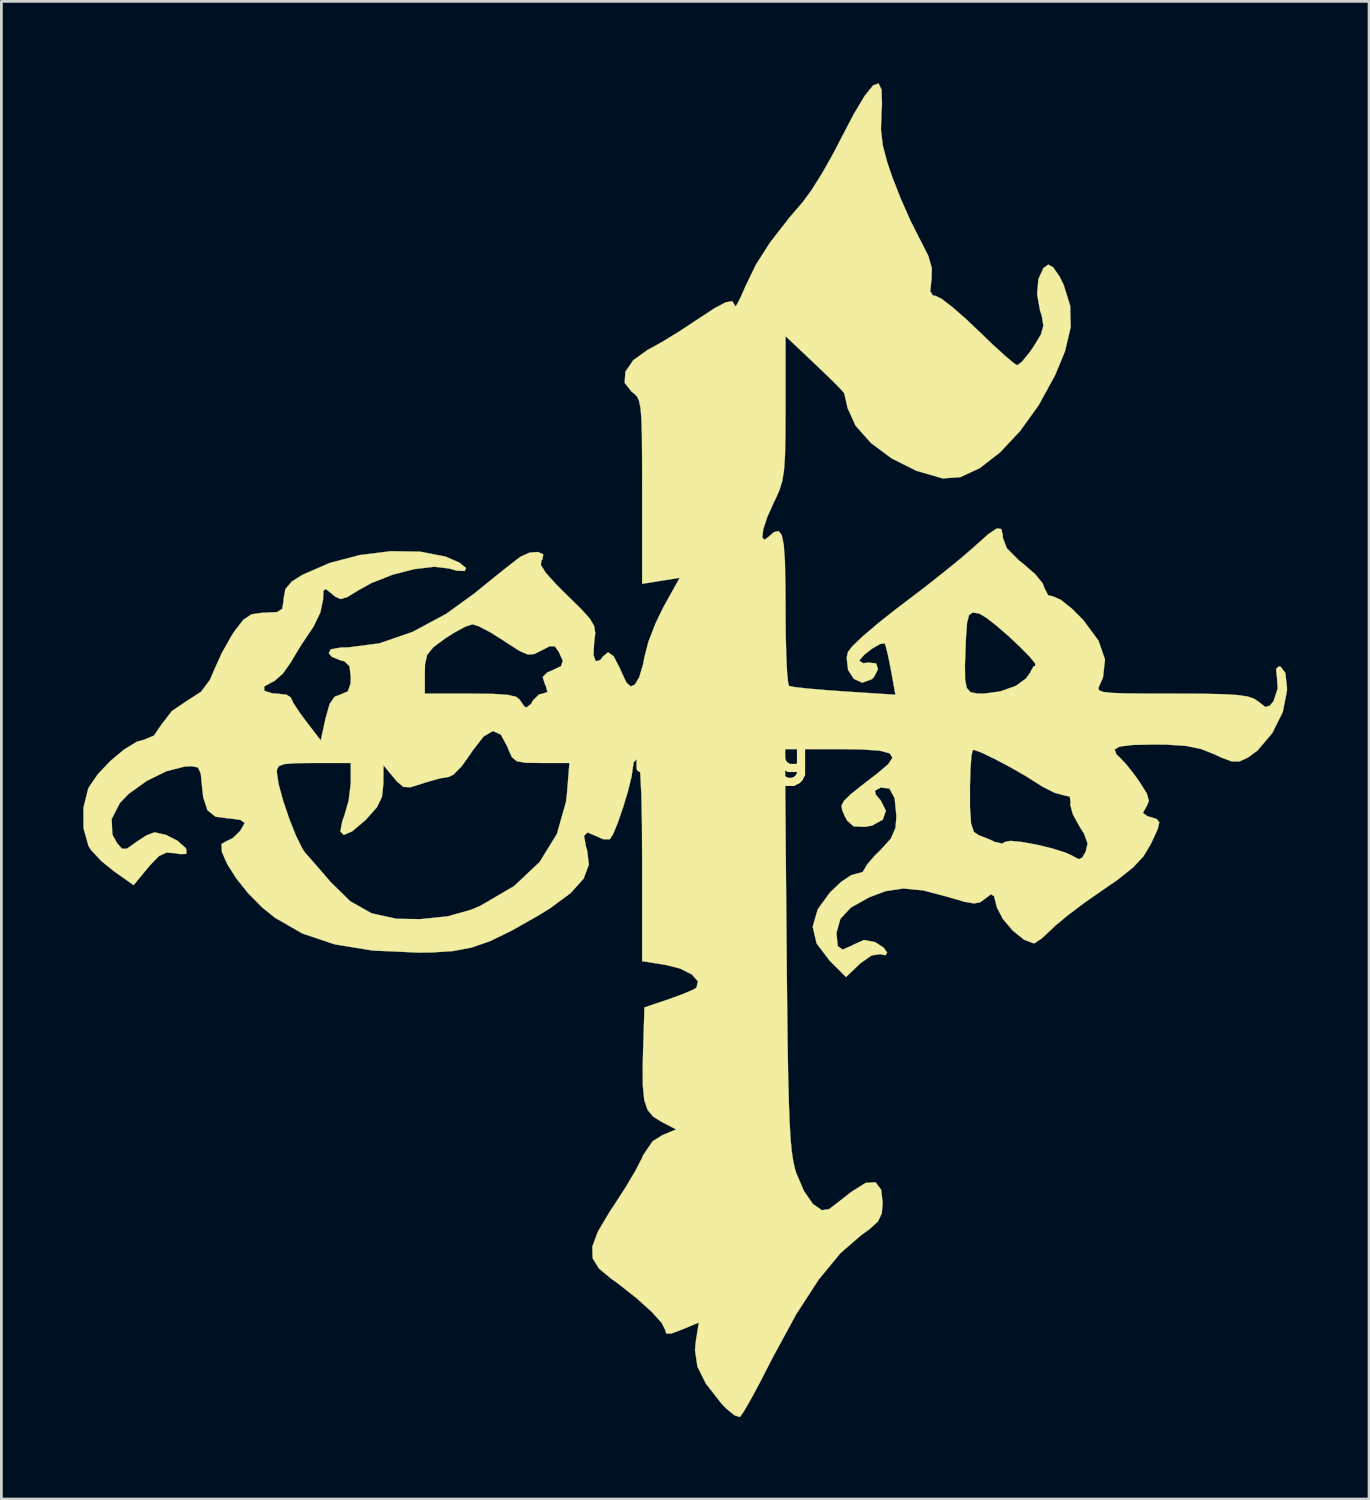
<source format=kicad_pcb>
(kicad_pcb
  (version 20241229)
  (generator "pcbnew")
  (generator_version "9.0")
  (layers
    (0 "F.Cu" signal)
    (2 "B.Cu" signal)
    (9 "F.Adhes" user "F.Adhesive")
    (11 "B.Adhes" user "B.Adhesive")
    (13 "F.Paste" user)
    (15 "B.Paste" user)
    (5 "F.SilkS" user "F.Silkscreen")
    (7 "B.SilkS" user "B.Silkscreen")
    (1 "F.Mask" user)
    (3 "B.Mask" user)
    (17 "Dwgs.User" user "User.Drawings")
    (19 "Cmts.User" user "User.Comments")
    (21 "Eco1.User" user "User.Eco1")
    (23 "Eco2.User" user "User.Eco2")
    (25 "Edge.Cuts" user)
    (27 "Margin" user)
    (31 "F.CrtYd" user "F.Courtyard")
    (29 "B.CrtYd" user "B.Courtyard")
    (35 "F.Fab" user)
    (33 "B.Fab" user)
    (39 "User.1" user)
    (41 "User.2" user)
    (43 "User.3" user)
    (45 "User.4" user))
  (footprint "FOBlg"
    (layer "F.Cu")
    (at 23.342 24.38)
    (property "Reference" "FOBlg" (at 0 0 0) (layer "F.SilkS") (effects (font (size 1.524 1.524) (thickness 0.3))))
    (attr through_hole)
    (fp_poly (pts (xy 5.887 -24.146) (xy 5.903 -23.617) (xy 5.886 -23.326) (xy 5.865 -22.687) (xy 5.93 -22.112) (xy 6.104 -21.46) (xy 6.285 -20.933) (xy 6.591 -20.153) (xy 6.944 -19.355) (xy 7.271 -18.704) (xy 7.292 -18.666) (xy 7.599 -18.062) (xy 7.73 -17.611) (xy 7.718 -17.198) (xy 7.711 -17.164) (xy 7.671 -16.768) (xy 7.766 -16.61) (xy 7.87 -16.595) (xy 8.094 -16.482) (xy 8.492 -16.176) (xy 9.003 -15.727) (xy 9.426 -15.325) (xy 9.967 -14.805) (xy 10.425 -14.388) (xy 10.743 -14.123) (xy 10.859 -14.055) (xy 11.028 -14.184) (xy 11.297 -14.513) (xy 11.453 -14.737) (xy 11.721 -15.176) (xy 11.813 -15.497) (xy 11.758 -15.851) (xy 11.689 -16.072) (xy 11.583 -16.66) (xy 11.631 -17.208) (xy 11.812 -17.61) (xy 11.994 -17.742) (xy 12.172 -17.64) (xy 12.406 -17.302) (xy 12.553 -17.008) (xy 12.794 -16.235) (xy 12.813 -15.448) (xy 12.604 -14.567) (xy 12.24 -13.687) (xy 11.644 -12.599) (xy 10.958 -11.645) (xy 10.224 -10.863) (xy 9.481 -10.288) (xy 8.769 -9.959) (xy 8.13 -9.912) (xy 8.128 -9.912) (xy 7.164 -10.191) (xy 6.265 -10.64) (xy 5.5 -11.208) (xy 4.936 -11.844) (xy 4.646 -12.484) (xy 4.562 -12.854) (xy 4.515 -13.039) (xy 4.387 -13.186) (xy 4.071 -13.505) (xy 3.624 -13.938) (xy 3.429 -14.123) (xy 2.371 -15.122) (xy 2.371 -12.5) (xy 2.367 -11.489) (xy 2.352 -10.749) (xy 2.316 -10.213) (xy 2.251 -9.814) (xy 2.15 -9.484) (xy 2.004 -9.157) (xy 1.948 -9.046) (xy 1.702 -8.497) (xy 1.555 -8.045) (xy 1.519 -7.749) (xy 1.602 -7.666) (xy 1.727 -7.755) (xy 1.95 -7.945) (xy 2.115 -7.986) (xy 2.231 -7.843) (xy 2.306 -7.484) (xy 2.349 -6.876) (xy 2.368 -5.986) (xy 2.371 -5.175) (xy 2.378 -4.239) (xy 2.398 -3.428) (xy 2.429 -2.799) (xy 2.468 -2.411) (xy 2.498 -2.313) (xy 2.709 -2.271) (xy 3.184 -2.218) (xy 3.85 -2.16) (xy 4.51 -2.113) (xy 6.396 -1.991) (xy 6.231 -2.9) (xy 6.195 -3.082) (xy 8.941 -3.082) (xy 8.947 -2.548) (xy 9.009 -2.235) (xy 9.148 -2.084) (xy 9.385 -2.036) (xy 9.638 -2.032) (xy 10.23 -2.112) (xy 10.781 -2.306) (xy 10.823 -2.328) (xy 11.171 -2.581) (xy 11.341 -2.811) (xy 11.344 -2.836) (xy 11.455 -3.033) (xy 11.519 -3.048) (xy 11.507 -3.146) (xy 11.297 -3.4) (xy 10.951 -3.751) (xy 10.533 -4.142) (xy 10.106 -4.512) (xy 9.733 -4.805) (xy 9.476 -4.96) (xy 9.454 -4.967) (xy 9.226 -5.001) (xy 9.091 -4.91) (xy 9.019 -4.629) (xy 8.98 -4.093) (xy 8.971 -3.895) (xy 8.941 -3.082) (xy 6.195 -3.082) (xy 6.129 -3.415) (xy 6.041 -3.774) (xy 6.002 -3.875) (xy 5.828 -3.846) (xy 5.533 -3.674) (xy 5.244 -3.447) (xy 5.085 -3.255) (xy 5.08 -3.229) (xy 5.215 -3.145) (xy 5.419 -3.168) (xy 5.688 -3.138) (xy 5.758 -2.926) (xy 5.611 -2.64) (xy 5.525 -2.558) (xy 5.181 -2.433) (xy 4.872 -2.572) (xy 4.661 -2.901) (xy 4.612 -3.347) (xy 4.656 -3.554) (xy 4.826 -3.775) (xy 5.218 -4.146) (xy 5.777 -4.621) (xy 6.452 -5.154) (xy 6.657 -5.309) (xy 7.427 -5.895) (xy 8.169 -6.479) (xy 8.806 -6.998) (xy 9.258 -7.389) (xy 9.299 -7.427) (xy 9.798 -7.872) (xy 10.109 -8.079) (xy 10.272 -8.059) (xy 10.327 -7.825) (xy 10.329 -7.736) (xy 10.475 -7.355) (xy 10.923 -6.904) (xy 11.091 -6.773) (xy 11.512 -6.406) (xy 11.789 -6.066) (xy 11.853 -5.895) (xy 11.988 -5.635) (xy 12.176 -5.588) (xy 12.447 -5.468) (xy 12.846 -5.154) (xy 13.277 -4.723) (xy 13.832 -3.969) (xy 14.069 -3.28) (xy 13.997 -2.625) (xy 13.879 -2.36) (xy 13.828 -2.239) (xy 13.854 -2.153) (xy 14 -2.095) (xy 14.312 -2.059) (xy 14.835 -2.04) (xy 15.613 -2.033) (xy 16.533 -2.032) (xy 17.599 -2.028) (xy 18.379 -2.012) (xy 18.925 -1.98) (xy 19.291 -1.927) (xy 19.527 -1.847) (xy 19.687 -1.738) (xy 19.942 -1.542) (xy 20.108 -1.591) (xy 20.242 -1.759) (xy 20.393 -2.216) (xy 20.371 -2.584) (xy 20.333 -2.934) (xy 20.434 -3.029) (xy 20.506 -3.012) (xy 20.674 -2.785) (xy 20.733 -2.251) (xy 20.733 -2.142) (xy 20.58 -1.361) (xy 20.194 -0.585) (xy 19.648 0.057) (xy 19.283 0.321) (xy 18.987 0.452) (xy 18.704 0.449) (xy 18.305 0.298) (xy 18.092 0.197) (xy 17.594 -0.001) (xy 17.047 -0.115) (xy 16.335 -0.164) (xy 15.864 -0.169) (xy 15.084 -0.153) (xy 14.613 -0.095) (xy 14.422 0.014) (xy 14.485 0.187) (xy 14.627 0.322) (xy 14.861 0.573) (xy 15.181 0.984) (xy 15.326 1.188) (xy 15.599 1.621) (xy 15.678 1.893) (xy 15.59 2.102) (xy 15.573 2.124) (xy 15.456 2.338) (xy 15.623 2.456) (xy 15.72 2.484) (xy 15.964 2.561) (xy 16.057 2.681) (xy 16.001 2.925) (xy 15.795 3.375) (xy 15.733 3.502) (xy 15.472 3.932) (xy 15.089 4.341) (xy 14.518 4.793) (xy 13.998 5.152) (xy 13.334 5.613) (xy 12.722 6.073) (xy 12.257 6.459) (xy 12.118 6.592) (xy 11.774 6.914) (xy 11.511 7.097) (xy 11.457 7.112) (xy 11.105 6.979) (xy 10.696 6.648) (xy 10.332 6.222) (xy 10.112 5.8) (xy 10.097 5.741) (xy 10.008 5.386) (xy 9.893 5.316) (xy 9.687 5.471) (xy 9.497 5.61) (xy 9.274 5.651) (xy 8.926 5.59) (xy 8.356 5.424) (xy 8.318 5.412) (xy 7.41 5.173) (xy 6.685 5.103) (xy 6.032 5.202) (xy 5.435 5.426) (xy 4.763 5.802) (xy 4.381 6.212) (xy 4.242 6.708) (xy 4.239 6.787) (xy 4.285 7.215) (xy 4.463 7.341) (xy 4.813 7.189) (xy 4.852 7.164) (xy 5.244 6.99) (xy 5.627 7.061) (xy 5.68 7.084) (xy 5.967 7.272) (xy 6.094 7.455) (xy 6.028 7.548) (xy 5.832 7.508) (xy 5.525 7.554) (xy 5.121 7.836) (xy 5.077 7.876) (xy 4.587 8.346) (xy 3.987 7.746) (xy 3.512 7.121) (xy 3.366 6.505) (xy 3.55 5.867) (xy 3.999 5.25) (xy 4.401 4.867) (xy 4.767 4.621) (xy 4.93 4.572) (xy 5.195 4.503) (xy 5.249 4.416) (xy 5.363 4.218) (xy 5.652 3.889) (xy 5.842 3.702) (xy 6.227 3.279) (xy 6.399 2.883) (xy 6.432 2.46) (xy 6.367 1.797) (xy 6.178 1.445) (xy 5.867 1.407) (xy 5.836 1.418) (xy 5.644 1.522) (xy 5.682 1.674) (xy 5.854 1.876) (xy 6.047 2.259) (xy 5.932 2.584) (xy 5.541 2.799) (xy 5.276 2.847) (xy 4.865 2.829) (xy 4.623 2.612) (xy 4.537 2.446) (xy 4.445 2.236) (xy 4.422 2.07) (xy 4.509 1.897) (xy 4.746 1.665) (xy 5.118 1.366) (xy 9.124 1.366) (xy 9.126 2.119) (xy 9.127 2.164) (xy 9.165 2.726) (xy 9.268 3.03) (xy 9.44 3.15) (xy 9.857 3.314) (xy 10.025 3.396) (xy 10.312 3.459) (xy 10.407 3.398) (xy 10.604 3.36) (xy 11.023 3.4) (xy 11.565 3.498) (xy 12.126 3.633) (xy 12.606 3.784) (xy 12.847 3.892) (xy 13.109 4.032) (xy 13.24 3.971) (xy 13.368 3.743) (xy 13.433 3.455) (xy 13.302 3.095) (xy 13.125 2.812) (xy 12.89 2.382) (xy 12.797 2.03) (xy 12.808 1.948) (xy 12.781 1.739) (xy 12.572 1.693) (xy 12.231 1.601) (xy 11.774 1.371) (xy 11.61 1.266) (xy 11.146 0.974) (xy 10.601 0.662) (xy 10.056 0.373) (xy 9.593 0.149) (xy 9.293 0.033) (xy 9.228 0.031) (xy 9.179 0.243) (xy 9.143 0.715) (xy 9.124 1.366) (xy 5.118 1.366) (xy 5.173 1.322) (xy 5.753 0.876) (xy 6.135 0.55) (xy 6.287 0.313) (xy 6.187 0.154) (xy 5.814 0.057) (xy 5.144 0.011) (xy 4.307 0) (xy 2.348 0) (xy 2.411 7.324) (xy 2.428 9.137) (xy 2.446 10.645) (xy 2.466 11.879) (xy 2.491 12.872) (xy 2.52 13.658) (xy 2.556 14.268) (xy 2.6 14.735) (xy 2.654 15.093) (xy 2.718 15.373) (xy 2.759 15.509) (xy 3.046 16.183) (xy 3.374 16.657) (xy 3.703 16.885) (xy 3.97 16.842) (xy 4.238 16.639) (xy 4.638 16.326) (xy 4.785 16.21) (xy 5.303 15.885) (xy 5.665 15.859) (xy 5.872 16.134) (xy 5.927 16.605) (xy 5.895 17.007) (xy 5.753 17.3) (xy 5.427 17.593) (xy 5.152 17.789) (xy 4.38 18.458) (xy 3.587 19.421) (xy 2.762 20.693) (xy 1.897 22.286) (xy 1.849 22.381) (xy 1.467 23.127) (xy 1.128 23.76) (xy 0.865 24.219) (xy 0.712 24.444) (xy 0.7 24.455) (xy 0.506 24.397) (xy 0.193 24.141) (xy 0.02 23.958) (xy -0.544 23.234) (xy -0.855 22.611) (xy -0.943 22.008) (xy -0.912 21.678) (xy -0.803 20.996) (xy -1.418 21.253) (xy -1.817 21.401) (xy -1.995 21.399) (xy -2.032 21.273) (xy -2.165 21.007) (xy -2.53 20.604) (xy -3.074 20.113) (xy -3.747 19.582) (xy -4.018 19.387) (xy -4.461 19.017) (xy -4.691 18.646) (xy -4.704 18.215) (xy -4.498 17.667) (xy -4.07 16.944) (xy -3.882 16.661) (xy -3.471 16.025) (xy -3.121 15.432) (xy -2.888 14.982) (xy -2.843 14.872) (xy -2.5 14.365) (xy -2.149 14.141) (xy -1.634 13.925) (xy -2.169 13.648) (xy -2.476 13.456) (xy -2.681 13.211) (xy -2.802 12.849) (xy -2.855 12.309) (xy -2.857 11.525) (xy -2.844 11.037) (xy -2.794 9.458) (xy -1.902 9.157) (xy -1.388 8.97) (xy -1.013 8.809) (xy -0.892 8.737) (xy -0.836 8.503) (xy -1.054 8.254) (xy -1.486 8.036) (xy -2.008 7.903) (xy -2.879 7.764) (xy -2.879 4.051) (xy -2.886 2.732) (xy -2.908 1.685) (xy -2.945 0.925) (xy -2.994 0.471) (xy -3.048 0.339) (xy -3.188 0.48) (xy -3.217 0.659) (xy -3.268 1.012) (xy -3.397 1.534) (xy -3.574 2.125) (xy -3.766 2.683) (xy -3.94 3.11) (xy -4.062 3.301) (xy -4.313 3.297) (xy -4.557 3.187) (xy -4.882 3.05) (xy -5.007 3.177) (xy -4.935 3.576) (xy -4.896 3.695) (xy -4.829 4.225) (xy -5.021 4.74) (xy -5.493 5.269) (xy -6.265 5.838) (xy -6.721 6.117) (xy -7.671 6.654) (xy -8.437 7.027) (xy -9.112 7.263) (xy -9.792 7.393) (xy -10.569 7.445) (xy -11.064 7.451) (xy -12.734 7.377) (xy -14.14 7.148) (xy -15.323 6.75) (xy -16.326 6.173) (xy -16.804 5.786) (xy -17.315 5.267) (xy -17.749 4.72) (xy -18.076 4.202) (xy -18.265 3.77) (xy -18.284 3.48) (xy -18.131 3.387) (xy -17.877 3.265) (xy -17.599 2.997) (xy -17.445 2.729) (xy -17.441 2.697) (xy -17.59 2.592) (xy -17.953 2.541) (xy -18.013 2.54) (xy -18.501 2.475) (xy -18.796 2.237) (xy -18.95 1.766) (xy -18.996 1.351) (xy -19.042 0.886) (xy -19.062 0.843) (xy -16.256 0.843) (xy -16.192 1.276) (xy -16.026 1.886) (xy -15.797 2.562) (xy -15.546 3.191) (xy -15.311 3.662) (xy -15.206 3.81) (xy -14.916 4.136) (xy -14.523 4.591) (xy -14.299 4.854) (xy -13.57 5.57) (xy -12.789 6.011) (xy -11.871 6.213) (xy -11.007 6.227) (xy -9.997 6.123) (xy -9.145 5.883) (xy -8.798 5.736) (xy -7.569 5.016) (xy -6.635 4.137) (xy -5.999 3.105) (xy -5.665 1.923) (xy -5.629 1.602) (xy -5.542 0.508) (xy -6.57 0.508) (xy -7.14 0.5) (xy -7.467 0.444) (xy -7.648 0.296) (xy -7.778 0.009) (xy -7.812 -0.085) (xy -8.054 -0.535) (xy -8.343 -0.662) (xy -8.687 -0.461) (xy -9.096 0.067) (xy -9.16 0.169) (xy -9.486 0.627) (xy -9.792 0.936) (xy -9.963 1.019) (xy -10.296 1.074) (xy -10.777 1.21) (xy -10.922 1.259) (xy -11.359 1.396) (xy -11.621 1.384) (xy -11.846 1.195) (xy -11.974 1.045) (xy -12.349 0.593) (xy -12.355 1.278) (xy -12.405 1.745) (xy -12.59 2.13) (xy -12.978 2.565) (xy -13.023 2.61) (xy -13.495 3.009) (xy -13.803 3.143) (xy -13.93 3.015) (xy -13.856 2.628) (xy -13.79 2.457) (xy -13.625 1.879) (xy -13.547 1.248) (xy -13.547 1.191) (xy -13.547 0.508) (xy -14.901 0.508) (xy -15.577 0.515) (xy -15.981 0.548) (xy -16.184 0.623) (xy -16.251 0.758) (xy -16.256 0.843) (xy -19.062 0.843) (xy -19.144 0.672) (xy -19.379 0.624) (xy -19.637 0.641) (xy -20.298 0.809) (xy -21.024 1.167) (xy -21.676 1.635) (xy -22.001 1.97) (xy -22.305 2.562) (xy -22.277 3.13) (xy -22.102 3.449) (xy -21.923 3.648) (xy -21.748 3.648) (xy -21.453 3.442) (xy -21.407 3.406) (xy -21.034 3.161) (xy -20.743 3.049) (xy -20.728 3.048) (xy -20.319 3.139) (xy -19.891 3.357) (xy -19.601 3.615) (xy -19.567 3.677) (xy -19.569 3.837) (xy -19.802 3.845) (xy -19.962 3.814) (xy -20.295 3.787) (xy -20.574 3.918) (xy -20.909 4.265) (xy -20.974 4.343) (xy -21.499 4.98) (xy -22.22 4.472) (xy -22.684 4.095) (xy -23.046 3.71) (xy -23.152 3.549) (xy -23.333 2.902) (xy -23.337 2.148) (xy -23.167 1.464) (xy -23.125 1.376) (xy -22.806 0.914) (xy -22.351 0.435) (xy -21.849 0.016) (xy -21.39 -0.266) (xy -21.124 -0.342) (xy -20.754 -0.495) (xy -20.489 -0.887) (xy -20.096 -1.394) (xy -19.539 -1.772) (xy -19.029 -2.099) (xy -18.705 -2.537) (xy -18.558 -2.879) (xy -18.269 -3.521) (xy -17.902 -4.171) (xy -17.805 -4.318) (xy -17.478 -4.738) (xy -17.18 -4.937) (xy -16.781 -4.994) (xy -16.675 -4.995) (xy -16.248 -5.017) (xy -16.059 -5.133) (xy -16.01 -5.417) (xy -16.008 -5.499) (xy -15.943 -5.859) (xy -15.705 -6.137) (xy -15.319 -6.381) (xy -14.322 -6.815) (xy -13.214 -7.106) (xy -12.08 -7.247) (xy -11.006 -7.23) (xy -10.077 -7.05) (xy -9.569 -6.828) (xy -9.329 -6.63) (xy -9.374 -6.523) (xy -9.66 -6.533) (xy -9.944 -6.613) (xy -10.491 -6.677) (xy -11.222 -6.591) (xy -12.027 -6.383) (xy -12.801 -6.077) (xy -13.266 -5.818) (xy -13.674 -5.567) (xy -13.92 -5.494) (xy -14.118 -5.583) (xy -14.239 -5.686) (xy -14.465 -5.866) (xy -14.55 -5.797) (xy -14.563 -5.47) (xy -14.663 -5.001) (xy -14.911 -4.487) (xy -14.979 -4.385) (xy -15.354 -3.828) (xy -15.71 -3.239) (xy -15.738 -3.187) (xy -16.034 -2.767) (xy -16.347 -2.491) (xy -16.422 -2.456) (xy -16.722 -2.292) (xy -16.711 -2.134) (xy -16.411 -2.039) (xy -16.256 -2.032) (xy -15.899 -1.992) (xy -15.748 -1.895) (xy -15.748 -1.893) (xy -15.653 -1.691) (xy -15.408 -1.321) (xy -15.198 -1.036) (xy -14.647 -0.317) (xy -14.47 -1.132) (xy -14.322 -1.652) (xy -14.141 -1.917) (xy -13.919 -2.001) (xy -13.656 -2.111) (xy -13.555 -2.401) (xy -13.547 -2.625) (xy -13.565 -2.786) (xy -10.837 -2.786) (xy -10.837 -2.032) (xy -9.139 -2.032) (xy -8.329 -2.022) (xy -7.8 -1.986) (xy -7.494 -1.916) (xy -7.355 -1.804) (xy -7.343 -1.778) (xy -7.186 -1.554) (xy -7.112 -1.524) (xy -6.943 -1.658) (xy -6.881 -1.778) (xy -6.652 -2.003) (xy -6.519 -2.032) (xy -6.346 -2.089) (xy -6.406 -2.315) (xy -6.436 -2.372) (xy -6.52 -2.64) (xy -6.354 -2.806) (xy -6.187 -2.876) (xy -5.847 -3.038) (xy -5.784 -3.235) (xy -5.928 -3.558) (xy -6.074 -3.764) (xy -6.265 -3.766) (xy -6.563 -3.613) (xy -6.83 -3.481) (xy -7.062 -3.464) (xy -7.354 -3.586) (xy -7.805 -3.873) (xy -7.933 -3.96) (xy -8.441 -4.279) (xy -8.865 -4.5) (xy -9.088 -4.572) (xy -9.361 -4.481) (xy -9.79 -4.248) (xy -10.087 -4.056) (xy -10.527 -3.729) (xy -10.75 -3.455) (xy -10.829 -3.11) (xy -10.837 -2.786) (xy -13.565 -2.786) (xy -13.594 -3.034) (xy -13.775 -3.215) (xy -13.914 -3.248) (xy -14.238 -3.377) (xy -14.352 -3.514) (xy -14.279 -3.653) (xy -13.92 -3.718) (xy -13.63 -3.725) (xy -12.505 -3.871) (xy -11.292 -4.289) (xy -10.059 -4.95) (xy -9.03 -5.693) (xy -8.424 -6.186) (xy -7.878 -6.623) (xy -7.469 -6.942) (xy -7.325 -7.049) (xy -6.998 -7.196) (xy -6.692 -7.218) (xy -6.502 -7.133) (xy -6.527 -6.957) (xy -6.566 -6.913) (xy -6.588 -6.746) (xy -6.408 -6.454) (xy -6 -6.004) (xy -5.642 -5.649) (xy -5.117 -5.135) (xy -4.797 -4.78) (xy -4.637 -4.51) (xy -4.596 -4.252) (xy -4.631 -3.931) (xy -4.637 -3.895) (xy -4.661 -3.444) (xy -4.578 -3.217) (xy -4.414 -3.26) (xy -4.318 -3.387) (xy -4.128 -3.546) (xy -3.924 -3.403) (xy -3.686 -2.942) (xy -3.654 -2.862) (xy -3.458 -2.441) (xy -3.297 -2.297) (xy -3.146 -2.36) (xy -2.985 -2.633) (xy -2.844 -3.105) (xy -2.799 -3.35) (xy -2.652 -3.921) (xy -2.384 -4.617) (xy -2.093 -5.211) (xy -1.503 -6.273) (xy -2.191 -6.163) (xy -2.879 -6.053) (xy -2.879 -9.44) (xy -2.88 -10.592) (xy -2.887 -11.452) (xy -2.904 -12.067) (xy -2.937 -12.485) (xy -2.991 -12.753) (xy -3.069 -12.917) (xy -3.178 -13.024) (xy -3.258 -13.08) (xy -3.519 -13.411) (xy -3.493 -13.817) (xy -3.205 -14.239) (xy -2.68 -14.617) (xy -2.621 -14.647) (xy -2.129 -14.921) (xy -1.5 -15.306) (xy -0.895 -15.706) (xy -0.246 -16.133) (xy 0.179 -16.36) (xy 0.417 -16.401) (xy 0.508 -16.268) (xy 0.512 -16.214) (xy 0.57 -16.242) (xy 0.719 -16.524) (xy 0.912 -16.964) (xy 1.291 -17.746) (xy 1.808 -18.554) (xy 2.513 -19.46) (xy 2.994 -20.021) (xy 3.313 -20.451) (xy 3.711 -21.085) (xy 4.125 -21.819) (xy 4.333 -22.222) (xy 4.857 -23.228) (xy 5.27 -23.92) (xy 5.575 -24.301) (xy 5.779 -24.375) (xy 5.887 -24.146)) (stroke (width 0.01) (type solid)) (fill yes) (layer "F.SilkS")))
  (gr_rect
    (start -3 -3)
    (end 47.08 51.84)
    (stroke (width 0.1) (type default))
    (fill no)
    (layer "Edge.Cuts")))
</source>
